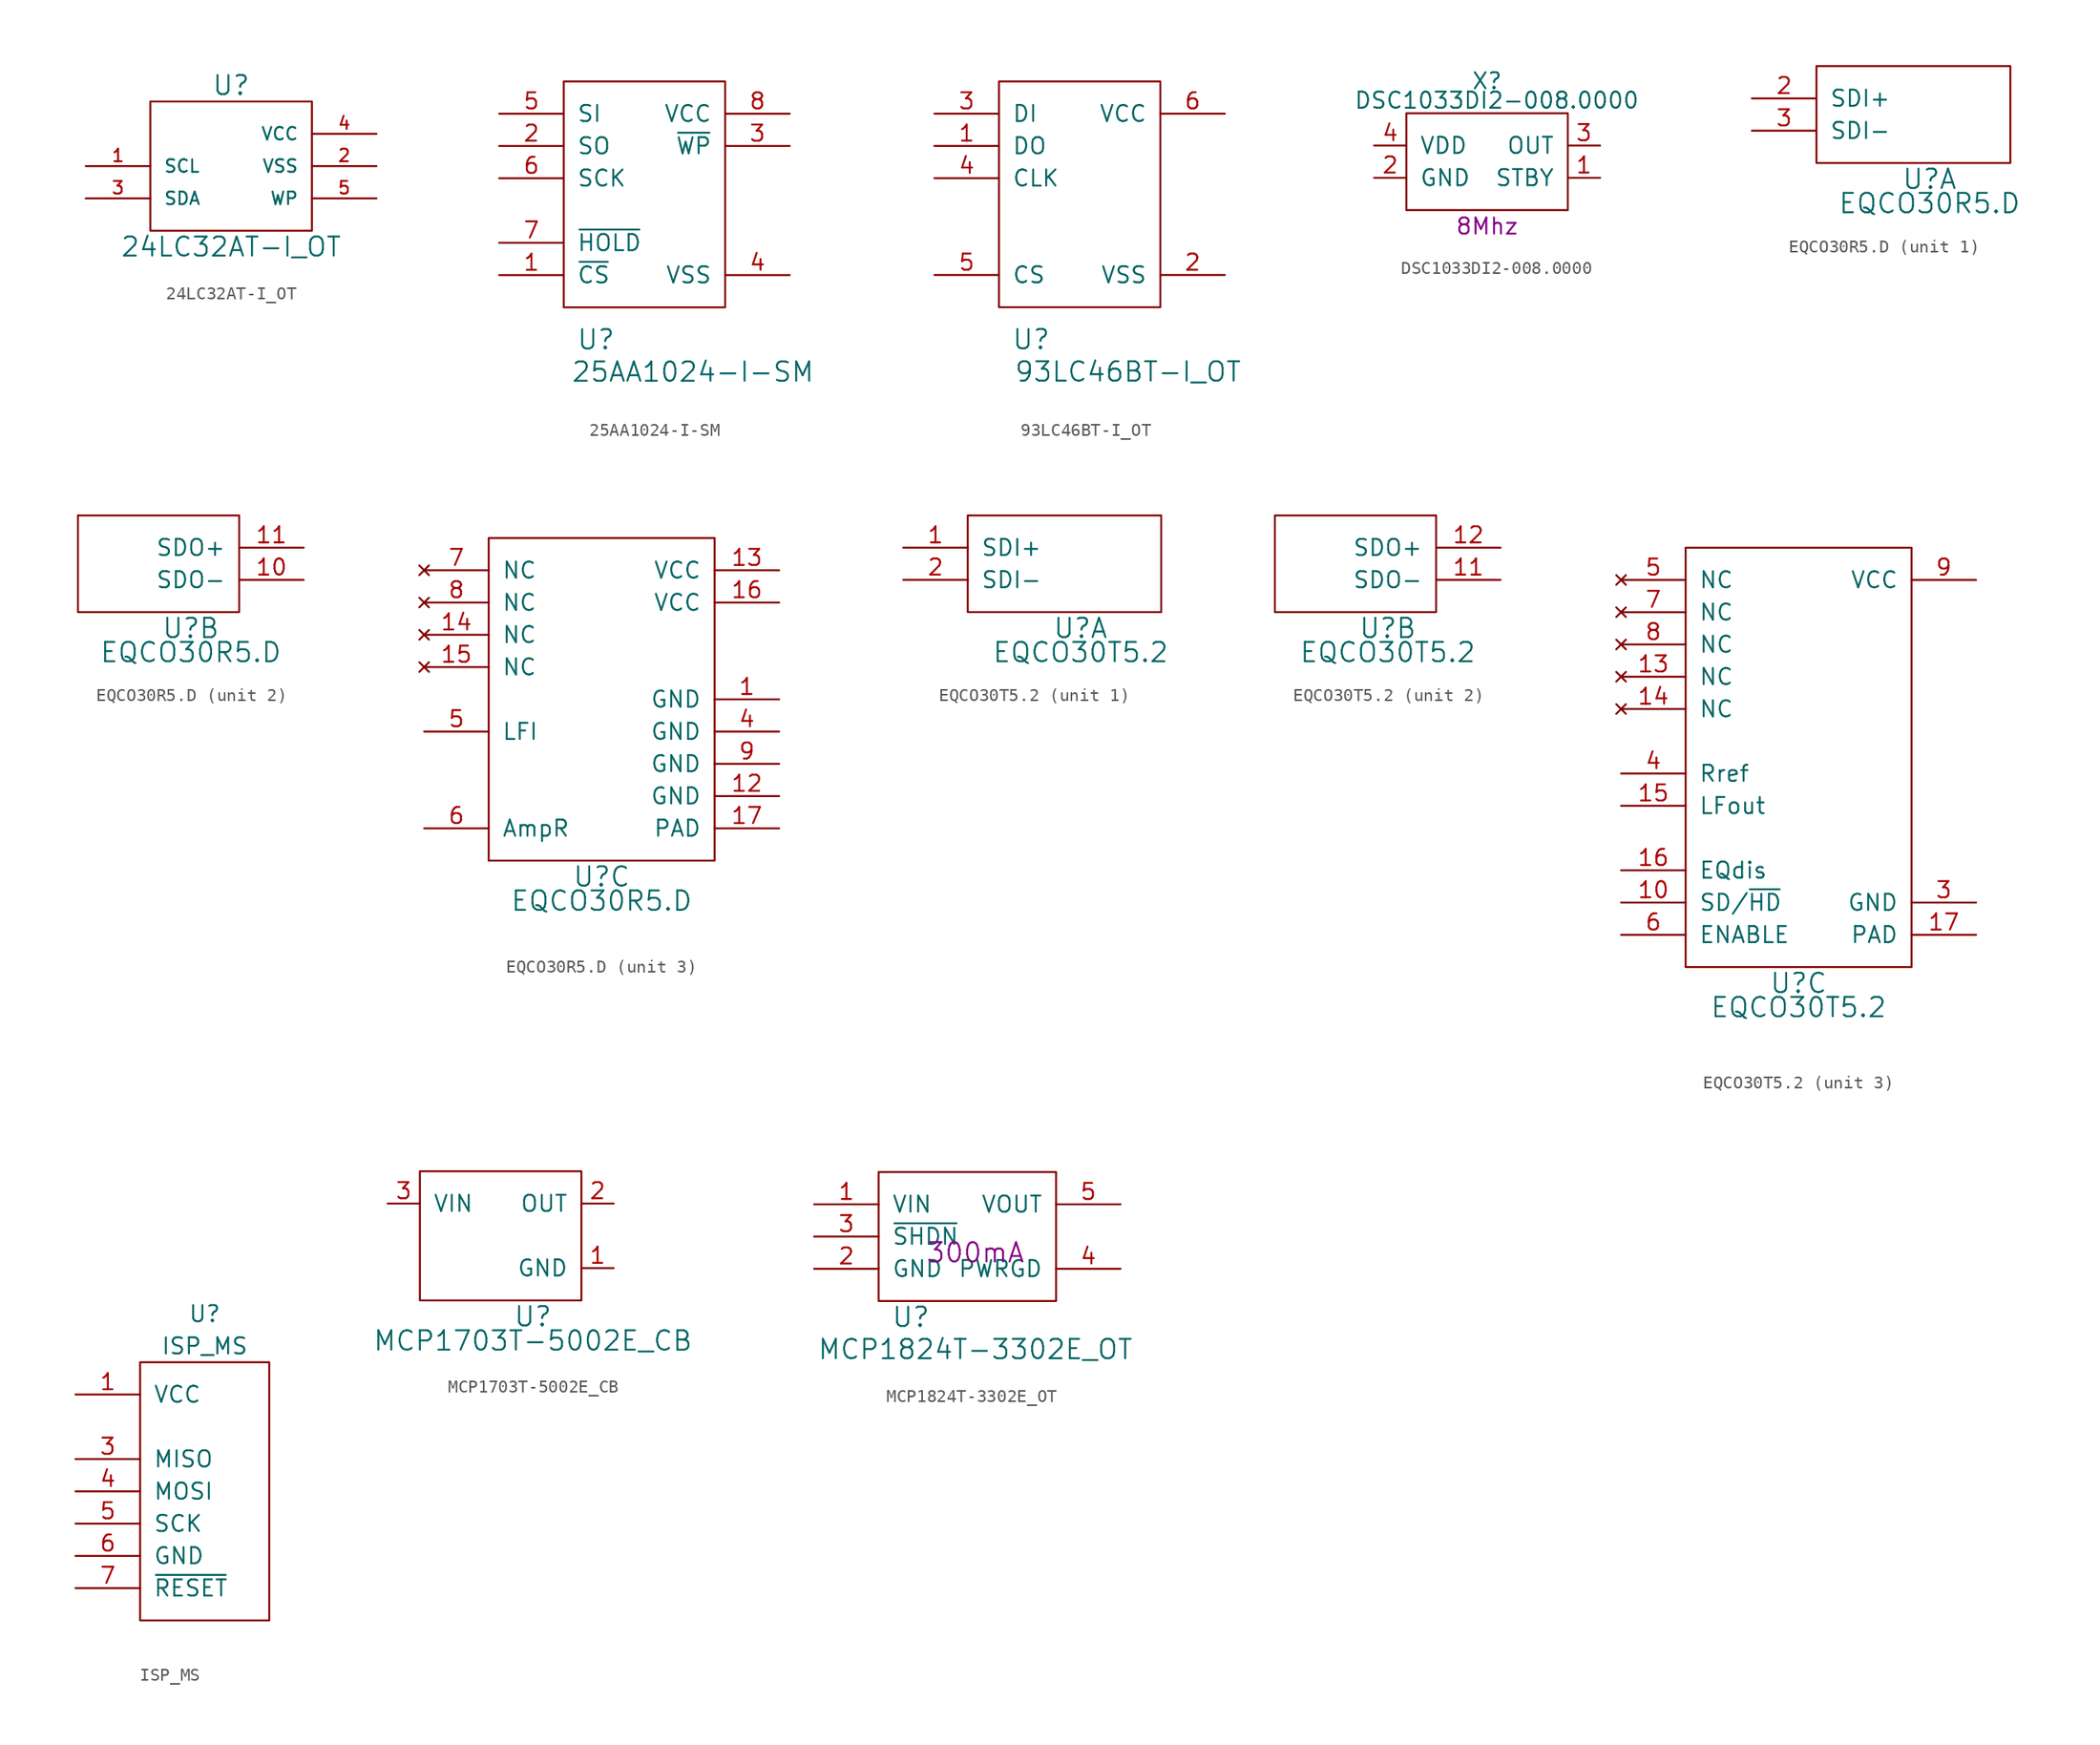
<source format=kicad_sym>
(kicad_symbol_lib
  (version 20220914)
  (generator kicad_symbol_editor)
  (symbol "24LC32AT-I_OT"
    (pin_names
      (offset 1.016))
    (property "Reference" "U"
      (at 6.35 11.43 0)
      (effects (font (size 1.499 1.499))))
    (property "Value" "24LC32AT-I_OT"
      (at 6.35 -1.27 0)
      (effects (font (size 1.499 1.499))))
    (symbol "24LC32AT-I_OT_0_1"
      (rectangle (start 0 10.16) (end 12.7 0) (stroke (width 0) (type solid)) (fill (type none))))
    (symbol "24LC32AT-I_OT_1_1"
      (pin input line (at -5.08 5.08 0) (length 5.08) (name "SCL" (effects (font (size 0.991 0.991)))) (number "1" (effects (font (size 0.991 0.991)))))
      (pin power_in line (at 17.78 5.08 180) (length 5.08) (name "VSS" (effects (font (size 0.991 0.991)))) (number "2" (effects (font (size 0.991 0.991)))))
      (pin bidirectional line (at -5.08 2.54 0) (length 5.08) (name "SDA" (effects (font (size 0.991 0.991)))) (number "3" (effects (font (size 0.991 0.991)))))
      (pin power_in line (at 17.78 7.62 180) (length 5.08) (name "VCC" (effects (font (size 0.991 0.991)))) (number "4" (effects (font (size 0.991 0.991)))))
      (pin input line (at 17.78 2.54 180) (length 5.08) (name "WP" (effects (font (size 0.991 0.991)))) (number "5" (effects (font (size 0.991 0.991)))))))
  (symbol "25AA1024-I-SM"
    (pin_names
      (offset 1.016))
    (property "Reference" "U"
      (at 2.54 -2.54 0)
      (effects (font (size 1.524 1.524))))
    (property "Value" "25AA1024-I-SM"
      (at 10.16 -5.08 0)
      (effects (font (size 1.524 1.524))))
    (symbol "25AA1024-I-SM_0_1"
      (rectangle (start 0 17.78) (end 12.7 0) (stroke (width 0) (type solid)) (fill (type none))))
    (symbol "25AA1024-I-SM_1_1"
      (pin input line (at -5.08 2.54 0) (length 5.08) (name "~{CS}" (effects (font (size 1.27 1.27)))) (number "1" (effects (font (size 1.27 1.27)))))
      (pin output line (at -5.08 12.7 0) (length 5.08) (name "SO" (effects (font (size 1.27 1.27)))) (number "2" (effects (font (size 1.27 1.27)))))
      (pin input line (at 17.78 12.7 180) (length 5.08) (name "~{WP}" (effects (font (size 1.27 1.27)))) (number "3" (effects (font (size 1.27 1.27)))))
      (pin power_in line (at 17.78 2.54 180) (length 5.08) (name "VSS" (effects (font (size 1.27 1.27)))) (number "4" (effects (font (size 1.27 1.27)))))
      (pin input line (at -5.08 15.24 0) (length 5.08) (name "SI" (effects (font (size 1.27 1.27)))) (number "5" (effects (font (size 1.27 1.27)))))
      (pin input line (at -5.08 10.16 0) (length 5.08) (name "SCK" (effects (font (size 1.27 1.27)))) (number "6" (effects (font (size 1.27 1.27)))))
      (pin input line (at -5.08 5.08 0) (length 5.08) (name "~{HOLD}" (effects (font (size 1.27 1.27)))) (number "7" (effects (font (size 1.27 1.27)))))
      (pin power_in line (at 17.78 15.24 180) (length 5.08) (name "VCC" (effects (font (size 1.27 1.27)))) (number "8" (effects (font (size 1.27 1.27)))))))
  (symbol "93LC46BT-I_OT"
    (pin_names
      (offset 1.016))
    (property "Reference" "U"
      (at 2.54 -2.54 0)
      (effects (font (size 1.524 1.524))))
    (property "Value" "93LC46BT-I_OT"
      (at 10.16 -5.08 0)
      (effects (font (size 1.524 1.524))))
    (symbol "93LC46BT-I_OT_0_1"
      (rectangle (start 0 17.78) (end 12.7 0) (stroke (width 0) (type solid)) (fill (type none))))
    (symbol "93LC46BT-I_OT_1_1"
      (pin output line (at -5.08 12.7 0) (length 5.08) (name "DO" (effects (font (size 1.27 1.27)))) (number "1" (effects (font (size 1.27 1.27)))))
      (pin power_in line (at 17.78 2.54 180) (length 5.08) (name "VSS" (effects (font (size 1.27 1.27)))) (number "2" (effects (font (size 1.27 1.27)))))
      (pin input line (at -5.08 15.24 0) (length 5.08) (name "DI" (effects (font (size 1.27 1.27)))) (number "3" (effects (font (size 1.27 1.27)))))
      (pin input line (at -5.08 10.16 0) (length 5.08) (name "CLK" (effects (font (size 1.27 1.27)))) (number "4" (effects (font (size 1.27 1.27)))))
      (pin input line (at -5.08 2.54 0) (length 5.08) (name "CS" (effects (font (size 1.27 1.27)))) (number "5" (effects (font (size 1.27 1.27)))))
      (pin power_in line (at 17.78 15.24 180) (length 5.08) (name "VCC" (effects (font (size 1.27 1.27)))) (number "6" (effects (font (size 1.27 1.27)))))))
  (symbol "DSC1033DI2-008.0000"
    (pin_names
      (offset 1.016))
    (property "Reference" "X"
      (at 6.35 10.16 0)
      (effects (font (size 1.27 1.27))))
    (property "Value" "DSC1033DI2-008.0000"
      (at 7.112 8.636 0)
      (effects (font (size 1.27 1.27))))
    (property "Value2" "8Mhz"
      (at 6.35 -1.27 0)
      (effects (font (size 1.27 1.27))))
    (symbol "DSC1033DI2-008.0000_0_0"
      (rectangle (start 0 0) (end 12.7 7.62) (stroke (width 0) (type solid)) (fill (type none))))
    (symbol "DSC1033DI2-008.0000_1_1"
      (pin input line (at 15.24 2.54 180) (length 2.54) (name "STBY" (effects (font (size 1.27 1.27)))) (number "1" (effects (font (size 1.27 1.27)))))
      (pin power_in line (at -2.54 2.54 0) (length 2.54) (name "GND" (effects (font (size 1.27 1.27)))) (number "2" (effects (font (size 1.27 1.27)))))
      (pin output line (at 15.24 5.08 180) (length 2.54) (name "OUT" (effects (font (size 1.27 1.27)))) (number "3" (effects (font (size 1.27 1.27)))))
      (pin power_in line (at -2.54 5.08 0) (length 2.54) (name "VDD" (effects (font (size 1.27 1.27)))) (number "4" (effects (font (size 1.27 1.27)))))))
  (symbol "EQCO30R5.D"
    (pin_names
      (offset 1.016))
    (property "Reference" "U"
      (at 8.89 -1.27 0)
      (effects (font (size 1.524 1.524))))
    (property "Value" "EQCO30R5.D"
      (at 8.89 -3.175 0)
      (effects (font (size 1.524 1.524))))
    (property "Footprint" ""
      (at 0 0 0)
      (effects (font (size 1.524 1.524))))
    (property "Datasheet" ""
      (at 0 0 0)
      (effects (font (size 1.524 1.524))))
    (property "ki_locked" ""
      (at 0 0 0)
      (effects (font (size 1.27 1.27))))
    (symbol "EQCO30R5.D_1_1"
      (rectangle (start 0 0) (end 15.24 7.62) (stroke (width 0) (type solid)) (fill (type none)))
      (pin input line (at -5.08 5.08 0) (length 5.08) (name "SDI+" (effects (font (size 1.27 1.27)))) (number "2" (effects (font (size 1.27 1.27)))))
      (pin input line (at -5.08 2.54 0) (length 5.08) (name "SDI-" (effects (font (size 1.27 1.27)))) (number "3" (effects (font (size 1.27 1.27))))))
    (symbol "EQCO30R5.D_2_1"
      (rectangle (start 0 0) (end 12.7 7.62) (stroke (width 0) (type solid)) (fill (type none)))
      (pin output line (at 17.78 2.54 180) (length 5.08) (name "SDO-" (effects (font (size 1.27 1.27)))) (number "10" (effects (font (size 1.27 1.27)))))
      (pin output line (at 17.78 5.08 180) (length 5.08) (name "SDO+" (effects (font (size 1.27 1.27)))) (number "11" (effects (font (size 1.27 1.27))))))
    (symbol "EQCO30R5.D_3_1"
      (rectangle (start 0 0) (end 17.78 25.4) (stroke (width 0) (type solid)) (fill (type none)))
      (pin power_in line (at 22.86 12.7 180) (length 5.08) (name "GND" (effects (font (size 1.27 1.27)))) (number "1" (effects (font (size 1.27 1.27)))))
      (pin power_in line (at 22.86 5.08 180) (length 5.08) (name "GND" (effects (font (size 1.27 1.27)))) (number "12" (effects (font (size 1.27 1.27)))))
      (pin power_in line (at 22.86 22.86 180) (length 5.08) (name "VCC" (effects (font (size 1.27 1.27)))) (number "13" (effects (font (size 1.27 1.27)))))
      (pin no_connect line (at -5.08 17.78 0) (length 5.08) (name "NC" (effects (font (size 1.27 1.27)))) (number "14" (effects (font (size 1.27 1.27)))))
      (pin no_connect line (at -5.08 15.24 0) (length 5.08) (name "NC" (effects (font (size 1.27 1.27)))) (number "15" (effects (font (size 1.27 1.27)))))
      (pin power_in line (at 22.86 20.32 180) (length 5.08) (name "VCC" (effects (font (size 1.27 1.27)))) (number "16" (effects (font (size 1.27 1.27)))))
      (pin power_in line (at 22.86 2.54 180) (length 5.08) (name "PAD" (effects (font (size 1.27 1.27)))) (number "17" (effects (font (size 1.27 1.27)))))
      (pin power_in line (at 22.86 10.16 180) (length 5.08) (name "GND" (effects (font (size 1.27 1.27)))) (number "4" (effects (font (size 1.27 1.27)))))
      (pin input line (at -5.08 10.16 0) (length 5.08) (name "LFI" (effects (font (size 1.27 1.27)))) (number "5" (effects (font (size 1.27 1.27)))))
      (pin input line (at -5.08 2.54 0) (length 5.08) (name "AmpR" (effects (font (size 1.27 1.27)))) (number "6" (effects (font (size 1.27 1.27)))))
      (pin no_connect line (at -5.08 22.86 0) (length 5.08) (name "NC" (effects (font (size 1.27 1.27)))) (number "7" (effects (font (size 1.27 1.27)))))
      (pin no_connect line (at -5.08 20.32 0) (length 5.08) (name "NC" (effects (font (size 1.27 1.27)))) (number "8" (effects (font (size 1.27 1.27)))))
      (pin power_in line (at 22.86 7.62 180) (length 5.08) (name "GND" (effects (font (size 1.27 1.27)))) (number "9" (effects (font (size 1.27 1.27)))))))
  (symbol "EQCO30T5.2"
    (pin_names
      (offset 1.016))
    (property "Reference" "U"
      (at 8.89 -1.27 0)
      (effects (font (size 1.524 1.524))))
    (property "Value" "EQCO30T5.2"
      (at 8.89 -3.175 0)
      (effects (font (size 1.524 1.524))))
    (property "Footprint" ""
      (at 0 0 0)
      (effects (font (size 1.524 1.524))))
    (property "Datasheet" ""
      (at 0 0 0)
      (effects (font (size 1.524 1.524))))
    (property "ki_locked" ""
      (at 0 0 0)
      (effects (font (size 1.27 1.27))))
    (symbol "EQCO30T5.2_1_1"
      (rectangle (start 0 0) (end 15.24 7.62) (stroke (width 0) (type solid)) (fill (type none)))
      (pin input line (at -5.08 5.08 0) (length 5.08) (name "SDI+" (effects (font (size 1.27 1.27)))) (number "1" (effects (font (size 1.27 1.27)))))
      (pin input line (at -5.08 2.54 0) (length 5.08) (name "SDI-" (effects (font (size 1.27 1.27)))) (number "2" (effects (font (size 1.27 1.27))))))
    (symbol "EQCO30T5.2_2_1"
      (rectangle (start 0 0) (end 12.7 7.62) (stroke (width 0) (type solid)) (fill (type none)))
      (pin output line (at 17.78 2.54 180) (length 5.08) (name "SDO-" (effects (font (size 1.27 1.27)))) (number "11" (effects (font (size 1.27 1.27)))))
      (pin output line (at 17.78 5.08 180) (length 5.08) (name "SDO+" (effects (font (size 1.27 1.27)))) (number "12" (effects (font (size 1.27 1.27))))))
    (symbol "EQCO30T5.2_3_1"
      (rectangle (start 0 0) (end 17.78 33.02) (stroke (width 0) (type solid)) (fill (type none)))
      (pin input line (at -5.08 5.08 0) (length 5.08) (name "SD/~{HD}" (effects (font (size 1.27 1.27)))) (number "10" (effects (font (size 1.27 1.27)))))
      (pin no_connect line (at -5.08 22.86 0) (length 5.08) (name "NC" (effects (font (size 1.27 1.27)))) (number "13" (effects (font (size 1.27 1.27)))))
      (pin no_connect line (at -5.08 20.32 0) (length 5.08) (name "NC" (effects (font (size 1.27 1.27)))) (number "14" (effects (font (size 1.27 1.27)))))
      (pin output line (at -5.08 12.7 0) (length 5.08) (name "LFout" (effects (font (size 1.27 1.27)))) (number "15" (effects (font (size 1.27 1.27)))))
      (pin input line (at -5.08 7.62 0) (length 5.08) (name "EQdis" (effects (font (size 1.27 1.27)))) (number "16" (effects (font (size 1.27 1.27)))))
      (pin power_in line (at 22.86 2.54 180) (length 5.08) (name "PAD" (effects (font (size 1.27 1.27)))) (number "17" (effects (font (size 1.27 1.27)))))
      (pin power_in line (at 22.86 5.08 180) (length 5.08) (name "GND" (effects (font (size 1.27 1.27)))) (number "3" (effects (font (size 1.27 1.27)))))
      (pin input line (at -5.08 15.24 0) (length 5.08) (name "Rref" (effects (font (size 1.27 1.27)))) (number "4" (effects (font (size 1.27 1.27)))))
      (pin no_connect line (at -5.08 30.48 0) (length 5.08) (name "NC" (effects (font (size 1.27 1.27)))) (number "5" (effects (font (size 1.27 1.27)))))
      (pin input line (at -5.08 2.54 0) (length 5.08) (name "ENABLE" (effects (font (size 1.27 1.27)))) (number "6" (effects (font (size 1.27 1.27)))))
      (pin no_connect line (at -5.08 27.94 0) (length 5.08) (name "NC" (effects (font (size 1.27 1.27)))) (number "7" (effects (font (size 1.27 1.27)))))
      (pin no_connect line (at -5.08 25.4 0) (length 5.08) (name "NC" (effects (font (size 1.27 1.27)))) (number "8" (effects (font (size 1.27 1.27)))))
      (pin power_in line (at 22.86 30.48 180) (length 5.08) (name "VCC" (effects (font (size 1.27 1.27)))) (number "9" (effects (font (size 1.27 1.27)))))))
  (symbol "ISP_MS"
    (pin_names
      (offset 1.016))
    (property "Reference" "U"
      (at 5.08 24.13 0)
      (effects (font (size 1.27 1.27))))
    (property "Value" "ISP_MS"
      (at 5.08 21.59 0)
      (effects (font (size 1.27 1.27))))
    (property "Datasheet" ""
      (at -2.54 33.02 0)
      (effects (font (size 2.007 2.007))))
    (symbol "ISP_MS_1_1"
      (rectangle (start 0 0) (end 10.16 20.32) (stroke (width 0) (type solid)) (fill (type none)))
      (pin power_in line (at -5.08 17.78 0) (length 5.08) (name "VCC" (effects (font (size 1.27 1.27)))) (number "1" (effects (font (size 1.27 1.27)))))
      (pin passive line (at -5.08 12.7 0) (length 5.08) (name "MISO" (effects (font (size 1.27 1.27)))) (number "3" (effects (font (size 1.27 1.27)))))
      (pin passive line (at -5.08 10.16 0) (length 5.08) (name "MOSI" (effects (font (size 1.27 1.27)))) (number "4" (effects (font (size 1.27 1.27)))))
      (pin passive line (at -5.08 7.62 0) (length 5.08) (name "SCK" (effects (font (size 1.27 1.27)))) (number "5" (effects (font (size 1.27 1.27)))))
      (pin power_in line (at -5.08 5.08 0) (length 5.08) (name "GND" (effects (font (size 1.27 1.27)))) (number "6" (effects (font (size 1.27 1.27)))))
      (pin passive line (at -5.08 2.54 0) (length 5.08) (name "~{RESET}" (effects (font (size 1.27 1.27)))) (number "7" (effects (font (size 1.27 1.27)))))))
  (symbol "MCP1703T-5002E_CB"
    (pin_names
      (offset 1.016))
    (property "Reference" "U"
      (at 8.89 -1.27 0)
      (effects (font (size 1.524 1.524))))
    (property "Value" "MCP1703T-5002E_CB"
      (at 8.89 -3.175 0)
      (effects (font (size 1.524 1.524))))
    (symbol "MCP1703T-5002E_CB_1_1"
      (rectangle (start 0 10.16) (end 12.7 0) (stroke (width 0) (type solid)) (fill (type none)))
      (pin power_in line (at 15.24 2.54 180) (length 2.54) (name "GND" (effects (font (size 1.27 1.27)))) (number "1" (effects (font (size 1.27 1.27)))))
      (pin power_out line (at 15.24 7.62 180) (length 2.54) (name "OUT" (effects (font (size 1.27 1.27)))) (number "2" (effects (font (size 1.27 1.27)))))
      (pin power_in line (at -2.54 7.62 0) (length 2.54) (name "VIN" (effects (font (size 1.27 1.27)))) (number "3" (effects (font (size 1.27 1.27)))))))
  (symbol "MCP1824T-3302E_OT"
    (pin_names
      (offset 1.016))
    (property "Reference" "U"
      (at 2.54 -1.27 0)
      (effects (font (size 1.524 1.524))))
    (property "Value" "MCP1824T-3302E_OT"
      (at 7.62 -3.81 0)
      (effects (font (size 1.524 1.524))))
    (property "Rating" "300mA"
      (at 7.62 3.81 0)
      (effects (font (size 1.524 1.524))))
    (symbol "MCP1824T-3302E_OT_0_1"
      (rectangle (start 0 10.16) (end 13.97 0) (stroke (width 0) (type solid)) (fill (type none))))
    (symbol "MCP1824T-3302E_OT_1_1"
      (pin power_in line (at -5.08 7.62 0) (length 5.08) (name "VIN" (effects (font (size 1.27 1.27)))) (number "1" (effects (font (size 1.27 1.27)))))
      (pin power_in line (at -5.08 2.54 0) (length 5.08) (name "GND" (effects (font (size 1.27 1.27)))) (number "2" (effects (font (size 1.27 1.27)))))
      (pin input line (at -5.08 5.08 0) (length 5.08) (name "~{SHDN}" (effects (font (size 1.27 1.27)))) (number "3" (effects (font (size 1.27 1.27)))))
      (pin open_collector line (at 19.05 2.54 180) (length 5.08) (name "PWRGD" (effects (font (size 1.27 1.27)))) (number "4" (effects (font (size 1.27 1.27)))))
      (pin power_out line (at 19.05 7.62 180) (length 5.08) (name "VOUT" (effects (font (size 1.27 1.27)))) (number "5" (effects (font (size 1.27 1.27))))))))
</source>
